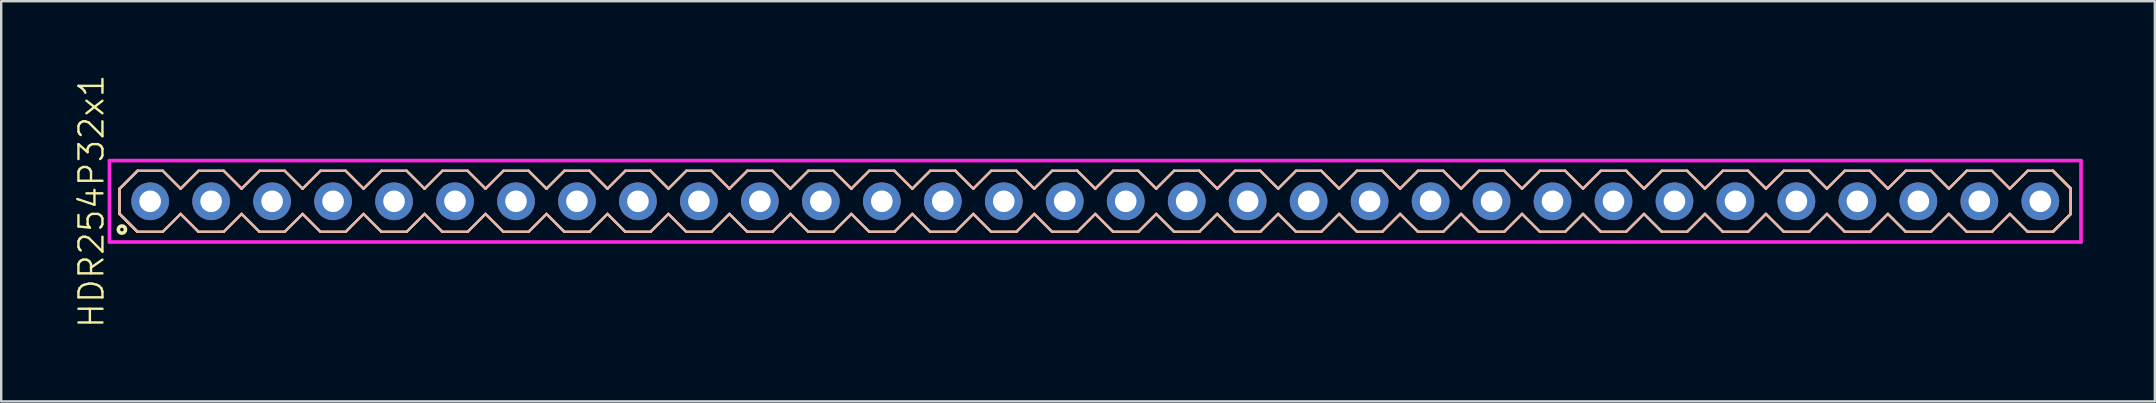
<source format=kicad_pcb>
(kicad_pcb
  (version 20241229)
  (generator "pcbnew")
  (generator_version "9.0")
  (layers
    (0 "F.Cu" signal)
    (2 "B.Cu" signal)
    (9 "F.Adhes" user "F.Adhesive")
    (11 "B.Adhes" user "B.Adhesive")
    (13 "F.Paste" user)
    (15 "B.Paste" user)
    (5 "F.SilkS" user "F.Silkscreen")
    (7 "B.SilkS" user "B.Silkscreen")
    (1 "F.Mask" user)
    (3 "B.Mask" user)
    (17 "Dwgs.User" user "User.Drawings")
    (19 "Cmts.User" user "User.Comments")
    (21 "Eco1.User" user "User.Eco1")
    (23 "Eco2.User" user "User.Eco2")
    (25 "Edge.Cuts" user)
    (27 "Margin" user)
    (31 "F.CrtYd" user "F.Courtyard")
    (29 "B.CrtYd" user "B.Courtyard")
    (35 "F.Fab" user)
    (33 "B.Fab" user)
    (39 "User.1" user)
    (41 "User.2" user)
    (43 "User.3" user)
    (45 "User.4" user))
  (footprint "HDR254P32x1"
    (layer "F.Cu")
    (at 42.575 5.336)
    (property "Reference" "HDR254P32x1" (at -41.815 0 90) (layer "F.SilkS") (effects (font (size 1 1) (thickness 0.1))))
    (attr through_hole)
    (fp_line (start -40.64 -0.526) (end -39.896 -1.27) (stroke (width 0.1) (type solid)) (layer "F.SilkS"))
    (fp_line (start -40.64 -0.526) (end -39.896 -1.27) (stroke (width 0.1) (type solid)) (layer "F.SilkS"))
    (fp_line (start -40.64 0.526) (end -40.64 -0.526) (stroke (width 0.1) (type solid)) (layer "F.SilkS"))
    (fp_line (start -40.64 0.526) (end -40.64 -0.526) (stroke (width 0.1) (type solid)) (layer "F.SilkS"))
    (fp_line (start -39.896 -1.27) (end -38.844 -1.27) (stroke (width 0.1) (type solid)) (layer "F.SilkS"))
    (fp_line (start -39.896 1.27) (end -40.64 0.526) (stroke (width 0.1) (type solid)) (layer "F.SilkS"))
    (fp_line (start -39.896 1.27) (end -40.64 0.526) (stroke (width 0.1) (type solid)) (layer "F.SilkS"))
    (fp_line (start -38.844 -1.27) (end -38.1 -0.526) (stroke (width 0.1) (type solid)) (layer "F.SilkS"))
    (fp_line (start -38.844 1.27) (end -39.896 1.27) (stroke (width 0.1) (type solid)) (layer "F.SilkS"))
    (fp_line (start -38.1 -0.526) (end -37.356 -1.27) (stroke (width 0.1) (type solid)) (layer "F.SilkS"))
    (fp_line (start -38.1 0.526) (end -38.844 1.27) (stroke (width 0.1) (type solid)) (layer "F.SilkS"))
    (fp_line (start -37.356 -1.27) (end -36.304 -1.27) (stroke (width 0.1) (type solid)) (layer "F.SilkS"))
    (fp_line (start -37.356 1.27) (end -38.1 0.526) (stroke (width 0.1) (type solid)) (layer "F.SilkS"))
    (fp_line (start -36.304 -1.27) (end -35.56 -0.526) (stroke (width 0.1) (type solid)) (layer "F.SilkS"))
    (fp_line (start -36.304 1.27) (end -37.356 1.27) (stroke (width 0.1) (type solid)) (layer "F.SilkS"))
    (fp_line (start -35.56 -0.526) (end -34.816 -1.27) (stroke (width 0.1) (type solid)) (layer "F.SilkS"))
    (fp_line (start -35.56 0.526) (end -36.304 1.27) (stroke (width 0.1) (type solid)) (layer "F.SilkS"))
    (fp_line (start -34.816 -1.27) (end -33.764 -1.27) (stroke (width 0.1) (type solid)) (layer "F.SilkS"))
    (fp_line (start -34.816 1.27) (end -35.56 0.526) (stroke (width 0.1) (type solid)) (layer "F.SilkS"))
    (fp_line (start -33.764 -1.27) (end -33.02 -0.526) (stroke (width 0.1) (type solid)) (layer "F.SilkS"))
    (fp_line (start -33.764 1.27) (end -34.816 1.27) (stroke (width 0.1) (type solid)) (layer "F.SilkS"))
    (fp_line (start -33.02 -0.526) (end -32.276 -1.27) (stroke (width 0.1) (type solid)) (layer "F.SilkS"))
    (fp_line (start -33.02 0.526) (end -33.764 1.27) (stroke (width 0.1) (type solid)) (layer "F.SilkS"))
    (fp_line (start -32.276 -1.27) (end -31.224 -1.27) (stroke (width 0.1) (type solid)) (layer "F.SilkS"))
    (fp_line (start -32.276 1.27) (end -33.02 0.526) (stroke (width 0.1) (type solid)) (layer "F.SilkS"))
    (fp_line (start -31.224 -1.27) (end -30.48 -0.526) (stroke (width 0.1) (type solid)) (layer "F.SilkS"))
    (fp_line (start -31.224 1.27) (end -32.276 1.27) (stroke (width 0.1) (type solid)) (layer "F.SilkS"))
    (fp_line (start -30.48 -0.526) (end -29.736 -1.27) (stroke (width 0.1) (type solid)) (layer "F.SilkS"))
    (fp_line (start -30.48 0.526) (end -31.224 1.27) (stroke (width 0.1) (type solid)) (layer "F.SilkS"))
    (fp_line (start -29.736 -1.27) (end -28.684 -1.27) (stroke (width 0.1) (type solid)) (layer "F.SilkS"))
    (fp_line (start -29.736 1.27) (end -30.48 0.526) (stroke (width 0.1) (type solid)) (layer "F.SilkS"))
    (fp_line (start -28.684 -1.27) (end -27.94 -0.526) (stroke (width 0.1) (type solid)) (layer "F.SilkS"))
    (fp_line (start -28.684 1.27) (end -29.736 1.27) (stroke (width 0.1) (type solid)) (layer "F.SilkS"))
    (fp_line (start -27.94 -0.526) (end -27.196 -1.27) (stroke (width 0.1) (type solid)) (layer "F.SilkS"))
    (fp_line (start -27.94 0.526) (end -28.684 1.27) (stroke (width 0.1) (type solid)) (layer "F.SilkS"))
    (fp_line (start -27.196 -1.27) (end -26.144 -1.27) (stroke (width 0.1) (type solid)) (layer "F.SilkS"))
    (fp_line (start -27.196 1.27) (end -27.94 0.526) (stroke (width 0.1) (type solid)) (layer "F.SilkS"))
    (fp_line (start -26.144 -1.27) (end -25.4 -0.526) (stroke (width 0.1) (type solid)) (layer "F.SilkS"))
    (fp_line (start -26.144 1.27) (end -27.196 1.27) (stroke (width 0.1) (type solid)) (layer "F.SilkS"))
    (fp_line (start -25.4 -0.526) (end -24.656 -1.27) (stroke (width 0.1) (type solid)) (layer "F.SilkS"))
    (fp_line (start -25.4 0.526) (end -26.144 1.27) (stroke (width 0.1) (type solid)) (layer "F.SilkS"))
    (fp_line (start -24.656 -1.27) (end -23.604 -1.27) (stroke (width 0.1) (type solid)) (layer "F.SilkS"))
    (fp_line (start -24.656 1.27) (end -25.4 0.526) (stroke (width 0.1) (type solid)) (layer "F.SilkS"))
    (fp_line (start -23.604 -1.27) (end -22.86 -0.526) (stroke (width 0.1) (type solid)) (layer "F.SilkS"))
    (fp_line (start -23.604 1.27) (end -24.656 1.27) (stroke (width 0.1) (type solid)) (layer "F.SilkS"))
    (fp_line (start -22.86 -0.526) (end -22.116 -1.27) (stroke (width 0.1) (type solid)) (layer "F.SilkS"))
    (fp_line (start -22.86 0.526) (end -23.604 1.27) (stroke (width 0.1) (type solid)) (layer "F.SilkS"))
    (fp_line (start -22.116 -1.27) (end -21.064 -1.27) (stroke (width 0.1) (type solid)) (layer "F.SilkS"))
    (fp_line (start -22.116 1.27) (end -22.86 0.526) (stroke (width 0.1) (type solid)) (layer "F.SilkS"))
    (fp_line (start -21.064 -1.27) (end -20.32 -0.526) (stroke (width 0.1) (type solid)) (layer "F.SilkS"))
    (fp_line (start -21.064 1.27) (end -22.116 1.27) (stroke (width 0.1) (type solid)) (layer "F.SilkS"))
    (fp_line (start -20.32 -0.526) (end -19.576 -1.27) (stroke (width 0.1) (type solid)) (layer "F.SilkS"))
    (fp_line (start -20.32 0.526) (end -21.064 1.27) (stroke (width 0.1) (type solid)) (layer "F.SilkS"))
    (fp_line (start -19.576 -1.27) (end -18.524 -1.27) (stroke (width 0.1) (type solid)) (layer "F.SilkS"))
    (fp_line (start -19.576 1.27) (end -20.32 0.526) (stroke (width 0.1) (type solid)) (layer "F.SilkS"))
    (fp_line (start -18.524 -1.27) (end -17.78 -0.526) (stroke (width 0.1) (type solid)) (layer "F.SilkS"))
    (fp_line (start -18.524 1.27) (end -19.576 1.27) (stroke (width 0.1) (type solid)) (layer "F.SilkS"))
    (fp_line (start -17.78 -0.526) (end -17.036 -1.27) (stroke (width 0.1) (type solid)) (layer "F.SilkS"))
    (fp_line (start -17.78 0.526) (end -18.524 1.27) (stroke (width 0.1) (type solid)) (layer "F.SilkS"))
    (fp_line (start -17.036 -1.27) (end -15.984 -1.27) (stroke (width 0.1) (type solid)) (layer "F.SilkS"))
    (fp_line (start -17.036 1.27) (end -17.78 0.526) (stroke (width 0.1) (type solid)) (layer "F.SilkS"))
    (fp_line (start -15.984 -1.27) (end -15.24 -0.526) (stroke (width 0.1) (type solid)) (layer "F.SilkS"))
    (fp_line (start -15.984 1.27) (end -17.036 1.27) (stroke (width 0.1) (type solid)) (layer "F.SilkS"))
    (fp_line (start -15.24 -0.526) (end -14.496 -1.27) (stroke (width 0.1) (type solid)) (layer "F.SilkS"))
    (fp_line (start -15.24 0.526) (end -15.984 1.27) (stroke (width 0.1) (type solid)) (layer "F.SilkS"))
    (fp_line (start -14.496 -1.27) (end -13.444 -1.27) (stroke (width 0.1) (type solid)) (layer "F.SilkS"))
    (fp_line (start -14.496 1.27) (end -15.24 0.526) (stroke (width 0.1) (type solid)) (layer "F.SilkS"))
    (fp_line (start -13.444 -1.27) (end -12.7 -0.526) (stroke (width 0.1) (type solid)) (layer "F.SilkS"))
    (fp_line (start -13.444 1.27) (end -14.496 1.27) (stroke (width 0.1) (type solid)) (layer "F.SilkS"))
    (fp_line (start -12.7 -0.526) (end -11.956 -1.27) (stroke (width 0.1) (type solid)) (layer "F.SilkS"))
    (fp_line (start -12.7 0.526) (end -13.444 1.27) (stroke (width 0.1) (type solid)) (layer "F.SilkS"))
    (fp_line (start -11.956 -1.27) (end -10.904 -1.27) (stroke (width 0.1) (type solid)) (layer "F.SilkS"))
    (fp_line (start -11.956 1.27) (end -12.7 0.526) (stroke (width 0.1) (type solid)) (layer "F.SilkS"))
    (fp_line (start -10.904 -1.27) (end -10.16 -0.526) (stroke (width 0.1) (type solid)) (layer "F.SilkS"))
    (fp_line (start -10.904 1.27) (end -11.956 1.27) (stroke (width 0.1) (type solid)) (layer "F.SilkS"))
    (fp_line (start -10.16 -0.526) (end -9.416 -1.27) (stroke (width 0.1) (type solid)) (layer "F.SilkS"))
    (fp_line (start -10.16 0.526) (end -10.904 1.27) (stroke (width 0.1) (type solid)) (layer "F.SilkS"))
    (fp_line (start -9.416 -1.27) (end -8.364 -1.27) (stroke (width 0.1) (type solid)) (layer "F.SilkS"))
    (fp_line (start -9.416 1.27) (end -10.16 0.526) (stroke (width 0.1) (type solid)) (layer "F.SilkS"))
    (fp_line (start -8.364 -1.27) (end -7.62 -0.526) (stroke (width 0.1) (type solid)) (layer "F.SilkS"))
    (fp_line (start -8.364 1.27) (end -9.416 1.27) (stroke (width 0.1) (type solid)) (layer "F.SilkS"))
    (fp_line (start -7.62 -0.526) (end -6.876 -1.27) (stroke (width 0.1) (type solid)) (layer "F.SilkS"))
    (fp_line (start -7.62 0.526) (end -8.364 1.27) (stroke (width 0.1) (type solid)) (layer "F.SilkS"))
    (fp_line (start -6.876 -1.27) (end -5.824 -1.27) (stroke (width 0.1) (type solid)) (layer "F.SilkS"))
    (fp_line (start -6.876 1.27) (end -7.62 0.526) (stroke (width 0.1) (type solid)) (layer "F.SilkS"))
    (fp_line (start -5.824 -1.27) (end -5.08 -0.526) (stroke (width 0.1) (type solid)) (layer "F.SilkS"))
    (fp_line (start -5.824 1.27) (end -6.876 1.27) (stroke (width 0.1) (type solid)) (layer "F.SilkS"))
    (fp_line (start -5.08 -0.526) (end -4.336 -1.27) (stroke (width 0.1) (type solid)) (layer "F.SilkS"))
    (fp_line (start -5.08 0.526) (end -5.824 1.27) (stroke (width 0.1) (type solid)) (layer "F.SilkS"))
    (fp_line (start -4.336 -1.27) (end -3.284 -1.27) (stroke (width 0.1) (type solid)) (layer "F.SilkS"))
    (fp_line (start -4.336 1.27) (end -5.08 0.526) (stroke (width 0.1) (type solid)) (layer "F.SilkS"))
    (fp_line (start -3.284 -1.27) (end -2.54 -0.526) (stroke (width 0.1) (type solid)) (layer "F.SilkS"))
    (fp_line (start -3.284 1.27) (end -4.336 1.27) (stroke (width 0.1) (type solid)) (layer "F.SilkS"))
    (fp_line (start -2.54 -0.526) (end -1.796 -1.27) (stroke (width 0.1) (type solid)) (layer "F.SilkS"))
    (fp_line (start -2.54 0.526) (end -3.284 1.27) (stroke (width 0.1) (type solid)) (layer "F.SilkS"))
    (fp_line (start -1.796 -1.27) (end -0.744 -1.27) (stroke (width 0.1) (type solid)) (layer "F.SilkS"))
    (fp_line (start -1.796 1.27) (end -2.54 0.526) (stroke (width 0.1) (type solid)) (layer "F.SilkS"))
    (fp_line (start -0.744 -1.27) (end 0 -0.526) (stroke (width 0.1) (type solid)) (layer "F.SilkS"))
    (fp_line (start -0.744 1.27) (end -1.796 1.27) (stroke (width 0.1) (type solid)) (layer "F.SilkS"))
    (fp_line (start 0 -0.526) (end 0.744 -1.27) (stroke (width 0.1) (type solid)) (layer "F.SilkS"))
    (fp_line (start 0 0.526) (end -0.744 1.27) (stroke (width 0.1) (type solid)) (layer "F.SilkS"))
    (fp_line (start 0.744 -1.27) (end 1.796 -1.27) (stroke (width 0.1) (type solid)) (layer "F.SilkS"))
    (fp_line (start 0.744 1.27) (end 0 0.526) (stroke (width 0.1) (type solid)) (layer "F.SilkS"))
    (fp_line (start 1.796 -1.27) (end 2.54 -0.526) (stroke (width 0.1) (type solid)) (layer "F.SilkS"))
    (fp_line (start 1.796 1.27) (end 0.744 1.27) (stroke (width 0.1) (type solid)) (layer "F.SilkS"))
    (fp_line (start 2.54 -0.526) (end 3.284 -1.27) (stroke (width 0.1) (type solid)) (layer "F.SilkS"))
    (fp_line (start 2.54 0.526) (end 1.796 1.27) (stroke (width 0.1) (type solid)) (layer "F.SilkS"))
    (fp_line (start 3.284 -1.27) (end 4.336 -1.27) (stroke (width 0.1) (type solid)) (layer "F.SilkS"))
    (fp_line (start 3.284 1.27) (end 2.54 0.526) (stroke (width 0.1) (type solid)) (layer "F.SilkS"))
    (fp_line (start 4.336 -1.27) (end 5.08 -0.526) (stroke (width 0.1) (type solid)) (layer "F.SilkS"))
    (fp_line (start 4.336 1.27) (end 3.284 1.27) (stroke (width 0.1) (type solid)) (layer "F.SilkS"))
    (fp_line (start 5.08 -0.526) (end 5.824 -1.27) (stroke (width 0.1) (type solid)) (layer "F.SilkS"))
    (fp_line (start 5.08 0.526) (end 4.336 1.27) (stroke (width 0.1) (type solid)) (layer "F.SilkS"))
    (fp_line (start 5.824 -1.27) (end 6.876 -1.27) (stroke (width 0.1) (type solid)) (layer "F.SilkS"))
    (fp_line (start 5.824 1.27) (end 5.08 0.526) (stroke (width 0.1) (type solid)) (layer "F.SilkS"))
    (fp_line (start 6.876 -1.27) (end 7.62 -0.526) (stroke (width 0.1) (type solid)) (layer "F.SilkS"))
    (fp_line (start 6.876 1.27) (end 5.824 1.27) (stroke (width 0.1) (type solid)) (layer "F.SilkS"))
    (fp_line (start 7.62 -0.526) (end 8.364 -1.27) (stroke (width 0.1) (type solid)) (layer "F.SilkS"))
    (fp_line (start 7.62 0.526) (end 6.876 1.27) (stroke (width 0.1) (type solid)) (layer "F.SilkS"))
    (fp_line (start 8.364 -1.27) (end 9.416 -1.27) (stroke (width 0.1) (type solid)) (layer "F.SilkS"))
    (fp_line (start 8.364 1.27) (end 7.62 0.526) (stroke (width 0.1) (type solid)) (layer "F.SilkS"))
    (fp_line (start 9.416 -1.27) (end 10.16 -0.526) (stroke (width 0.1) (type solid)) (layer "F.SilkS"))
    (fp_line (start 9.416 1.27) (end 8.364 1.27) (stroke (width 0.1) (type solid)) (layer "F.SilkS"))
    (fp_line (start 10.16 -0.526) (end 10.904 -1.27) (stroke (width 0.1) (type solid)) (layer "F.SilkS"))
    (fp_line (start 10.16 0.526) (end 9.416 1.27) (stroke (width 0.1) (type solid)) (layer "F.SilkS"))
    (fp_line (start 10.904 -1.27) (end 11.956 -1.27) (stroke (width 0.1) (type solid)) (layer "F.SilkS"))
    (fp_line (start 10.904 1.27) (end 10.16 0.526) (stroke (width 0.1) (type solid)) (layer "F.SilkS"))
    (fp_line (start 11.956 -1.27) (end 12.7 -0.526) (stroke (width 0.1) (type solid)) (layer "F.SilkS"))
    (fp_line (start 11.956 1.27) (end 10.904 1.27) (stroke (width 0.1) (type solid)) (layer "F.SilkS"))
    (fp_line (start 12.7 -0.526) (end 13.444 -1.27) (stroke (width 0.1) (type solid)) (layer "F.SilkS"))
    (fp_line (start 12.7 0.526) (end 11.956 1.27) (stroke (width 0.1) (type solid)) (layer "F.SilkS"))
    (fp_line (start 13.444 -1.27) (end 14.496 -1.27) (stroke (width 0.1) (type solid)) (layer "F.SilkS"))
    (fp_line (start 13.444 1.27) (end 12.7 0.526) (stroke (width 0.1) (type solid)) (layer "F.SilkS"))
    (fp_line (start 14.496 -1.27) (end 15.24 -0.526) (stroke (width 0.1) (type solid)) (layer "F.SilkS"))
    (fp_line (start 14.496 1.27) (end 13.444 1.27) (stroke (width 0.1) (type solid)) (layer "F.SilkS"))
    (fp_line (start 15.24 -0.526) (end 15.984 -1.27) (stroke (width 0.1) (type solid)) (layer "F.SilkS"))
    (fp_line (start 15.24 0.526) (end 14.496 1.27) (stroke (width 0.1) (type solid)) (layer "F.SilkS"))
    (fp_line (start 15.984 -1.27) (end 17.036 -1.27) (stroke (width 0.1) (type solid)) (layer "F.SilkS"))
    (fp_line (start 15.984 1.27) (end 15.24 0.526) (stroke (width 0.1) (type solid)) (layer "F.SilkS"))
    (fp_line (start 17.036 -1.27) (end 17.78 -0.526) (stroke (width 0.1) (type solid)) (layer "F.SilkS"))
    (fp_line (start 17.036 1.27) (end 15.984 1.27) (stroke (width 0.1) (type solid)) (layer "F.SilkS"))
    (fp_line (start 17.78 -0.526) (end 18.524 -1.27) (stroke (width 0.1) (type solid)) (layer "F.SilkS"))
    (fp_line (start 17.78 0.526) (end 17.036 1.27) (stroke (width 0.1) (type solid)) (layer "F.SilkS"))
    (fp_line (start 18.524 -1.27) (end 19.576 -1.27) (stroke (width 0.1) (type solid)) (layer "F.SilkS"))
    (fp_line (start 18.524 1.27) (end 17.78 0.526) (stroke (width 0.1) (type solid)) (layer "F.SilkS"))
    (fp_line (start 19.576 -1.27) (end 20.32 -0.526) (stroke (width 0.1) (type solid)) (layer "F.SilkS"))
    (fp_line (start 19.576 1.27) (end 18.524 1.27) (stroke (width 0.1) (type solid)) (layer "F.SilkS"))
    (fp_line (start 20.32 -0.526) (end 21.064 -1.27) (stroke (width 0.1) (type solid)) (layer "F.SilkS"))
    (fp_line (start 20.32 0.526) (end 19.576 1.27) (stroke (width 0.1) (type solid)) (layer "F.SilkS"))
    (fp_line (start 21.064 -1.27) (end 22.116 -1.27) (stroke (width 0.1) (type solid)) (layer "F.SilkS"))
    (fp_line (start 21.064 1.27) (end 20.32 0.526) (stroke (width 0.1) (type solid)) (layer "F.SilkS"))
    (fp_line (start 22.116 -1.27) (end 22.86 -0.526) (stroke (width 0.1) (type solid)) (layer "F.SilkS"))
    (fp_line (start 22.116 1.27) (end 21.064 1.27) (stroke (width 0.1) (type solid)) (layer "F.SilkS"))
    (fp_line (start 22.86 -0.526) (end 23.604 -1.27) (stroke (width 0.1) (type solid)) (layer "F.SilkS"))
    (fp_line (start 22.86 0.526) (end 22.116 1.27) (stroke (width 0.1) (type solid)) (layer "F.SilkS"))
    (fp_line (start 23.604 -1.27) (end 24.656 -1.27) (stroke (width 0.1) (type solid)) (layer "F.SilkS"))
    (fp_line (start 23.604 1.27) (end 22.86 0.526) (stroke (width 0.1) (type solid)) (layer "F.SilkS"))
    (fp_line (start 24.656 -1.27) (end 25.4 -0.526) (stroke (width 0.1) (type solid)) (layer "F.SilkS"))
    (fp_line (start 24.656 1.27) (end 23.604 1.27) (stroke (width 0.1) (type solid)) (layer "F.SilkS"))
    (fp_line (start 25.4 -0.526) (end 26.144 -1.27) (stroke (width 0.1) (type solid)) (layer "F.SilkS"))
    (fp_line (start 25.4 0.526) (end 24.656 1.27) (stroke (width 0.1) (type solid)) (layer "F.SilkS"))
    (fp_line (start 26.144 -1.27) (end 27.196 -1.27) (stroke (width 0.1) (type solid)) (layer "F.SilkS"))
    (fp_line (start 26.144 1.27) (end 25.4 0.526) (stroke (width 0.1) (type solid)) (layer "F.SilkS"))
    (fp_line (start 27.196 -1.27) (end 27.94 -0.526) (stroke (width 0.1) (type solid)) (layer "F.SilkS"))
    (fp_line (start 27.196 1.27) (end 26.144 1.27) (stroke (width 0.1) (type solid)) (layer "F.SilkS"))
    (fp_line (start 27.94 -0.526) (end 28.684 -1.27) (stroke (width 0.1) (type solid)) (layer "F.SilkS"))
    (fp_line (start 27.94 0.526) (end 27.196 1.27) (stroke (width 0.1) (type solid)) (layer "F.SilkS"))
    (fp_line (start 28.684 -1.27) (end 29.736 -1.27) (stroke (width 0.1) (type solid)) (layer "F.SilkS"))
    (fp_line (start 28.684 1.27) (end 27.94 0.526) (stroke (width 0.1) (type solid)) (layer "F.SilkS"))
    (fp_line (start 29.736 -1.27) (end 30.48 -0.526) (stroke (width 0.1) (type solid)) (layer "F.SilkS"))
    (fp_line (start 29.736 1.27) (end 28.684 1.27) (stroke (width 0.1) (type solid)) (layer "F.SilkS"))
    (fp_line (start 30.48 -0.526) (end 31.224 -1.27) (stroke (width 0.1) (type solid)) (layer "F.SilkS"))
    (fp_line (start 30.48 0.526) (end 29.736 1.27) (stroke (width 0.1) (type solid)) (layer "F.SilkS"))
    (fp_line (start 31.224 -1.27) (end 32.276 -1.27) (stroke (width 0.1) (type solid)) (layer "F.SilkS"))
    (fp_line (start 31.224 1.27) (end 30.48 0.526) (stroke (width 0.1) (type solid)) (layer "F.SilkS"))
    (fp_line (start 32.276 -1.27) (end 33.02 -0.526) (stroke (width 0.1) (type solid)) (layer "F.SilkS"))
    (fp_line (start 32.276 1.27) (end 31.224 1.27) (stroke (width 0.1) (type solid)) (layer "F.SilkS"))
    (fp_line (start 33.02 -0.526) (end 33.764 -1.27) (stroke (width 0.1) (type solid)) (layer "F.SilkS"))
    (fp_line (start 33.02 0.526) (end 32.276 1.27) (stroke (width 0.1) (type solid)) (layer "F.SilkS"))
    (fp_line (start 33.764 -1.27) (end 34.816 -1.27) (stroke (width 0.1) (type solid)) (layer "F.SilkS"))
    (fp_line (start 33.764 1.27) (end 33.02 0.526) (stroke (width 0.1) (type solid)) (layer "F.SilkS"))
    (fp_line (start 34.816 -1.27) (end 35.56 -0.526) (stroke (width 0.1) (type solid)) (layer "F.SilkS"))
    (fp_line (start 34.816 1.27) (end 33.764 1.27) (stroke (width 0.1) (type solid)) (layer "F.SilkS"))
    (fp_line (start 35.56 -0.526) (end 36.304 -1.27) (stroke (width 0.1) (type solid)) (layer "F.SilkS"))
    (fp_line (start 35.56 0.526) (end 34.816 1.27) (stroke (width 0.1) (type solid)) (layer "F.SilkS"))
    (fp_line (start 36.304 -1.27) (end 37.356 -1.27) (stroke (width 0.1) (type solid)) (layer "F.SilkS"))
    (fp_line (start 36.304 1.27) (end 35.56 0.526) (stroke (width 0.1) (type solid)) (layer "F.SilkS"))
    (fp_line (start 37.356 -1.27) (end 38.1 -0.526) (stroke (width 0.1) (type solid)) (layer "F.SilkS"))
    (fp_line (start 37.356 1.27) (end 36.304 1.27) (stroke (width 0.1) (type solid)) (layer "F.SilkS"))
    (fp_line (start 38.1 -0.526) (end 38.844 -1.27) (stroke (width 0.1) (type solid)) (layer "F.SilkS"))
    (fp_line (start 38.1 0.526) (end 37.356 1.27) (stroke (width 0.1) (type solid)) (layer "F.SilkS"))
    (fp_line (start 38.844 -1.27) (end 39.896 -1.27) (stroke (width 0.1) (type solid)) (layer "F.SilkS"))
    (fp_line (start 38.844 1.27) (end 38.1 0.526) (stroke (width 0.1) (type solid)) (layer "F.SilkS"))
    (fp_line (start 39.896 -1.27) (end 40.64 -0.526) (stroke (width 0.1) (type solid)) (layer "F.SilkS"))
    (fp_line (start 39.896 -1.27) (end 40.64 -0.526) (stroke (width 0.1) (type solid)) (layer "F.SilkS"))
    (fp_line (start 39.896 1.27) (end 38.844 1.27) (stroke (width 0.1) (type solid)) (layer "F.SilkS"))
    (fp_line (start 40.64 -0.526) (end 40.64 0.526) (stroke (width 0.1) (type solid)) (layer "F.SilkS"))
    (fp_line (start 40.64 -0.526) (end 40.64 0.526) (stroke (width 0.1) (type solid)) (layer "F.SilkS"))
    (fp_line (start 40.64 0.526) (end 39.896 1.27) (stroke (width 0.1) (type solid)) (layer "F.SilkS"))
    (fp_line (start 40.64 0.526) (end 39.896 1.27) (stroke (width 0.1) (type solid)) (layer "F.SilkS"))
    (fp_circle (center -40.547 1.177) (end -40.397 1.177) (stroke (width 0.15) (type solid)) (fill no) (layer "F.SilkS"))
    (fp_line (start -40.64 -0.526) (end -39.896 -1.27) (stroke (width 0.1) (type solid)) (layer "B.SilkS"))
    (fp_line (start -40.64 -0.526) (end -39.896 -1.27) (stroke (width 0.1) (type solid)) (layer "B.SilkS"))
    (fp_line (start -40.64 0.526) (end -40.64 -0.526) (stroke (width 0.1) (type solid)) (layer "B.SilkS"))
    (fp_line (start -40.64 0.526) (end -40.64 -0.526) (stroke (width 0.1) (type solid)) (layer "B.SilkS"))
    (fp_line (start -39.896 -1.27) (end -38.844 -1.27) (stroke (width 0.1) (type solid)) (layer "B.SilkS"))
    (fp_line (start -39.896 1.27) (end -40.64 0.526) (stroke (width 0.1) (type solid)) (layer "B.SilkS"))
    (fp_line (start -39.896 1.27) (end -40.64 0.526) (stroke (width 0.1) (type solid)) (layer "B.SilkS"))
    (fp_line (start -38.844 -1.27) (end -38.1 -0.526) (stroke (width 0.1) (type solid)) (layer "B.SilkS"))
    (fp_line (start -38.844 1.27) (end -39.896 1.27) (stroke (width 0.1) (type solid)) (layer "B.SilkS"))
    (fp_line (start -38.1 -0.526) (end -37.356 -1.27) (stroke (width 0.1) (type solid)) (layer "B.SilkS"))
    (fp_line (start -38.1 0.526) (end -38.844 1.27) (stroke (width 0.1) (type solid)) (layer "B.SilkS"))
    (fp_line (start -37.356 -1.27) (end -36.304 -1.27) (stroke (width 0.1) (type solid)) (layer "B.SilkS"))
    (fp_line (start -37.356 1.27) (end -38.1 0.526) (stroke (width 0.1) (type solid)) (layer "B.SilkS"))
    (fp_line (start -36.304 -1.27) (end -35.56 -0.526) (stroke (width 0.1) (type solid)) (layer "B.SilkS"))
    (fp_line (start -36.304 1.27) (end -37.356 1.27) (stroke (width 0.1) (type solid)) (layer "B.SilkS"))
    (fp_line (start -35.56 -0.526) (end -34.816 -1.27) (stroke (width 0.1) (type solid)) (layer "B.SilkS"))
    (fp_line (start -35.56 0.526) (end -36.304 1.27) (stroke (width 0.1) (type solid)) (layer "B.SilkS"))
    (fp_line (start -34.816 -1.27) (end -33.764 -1.27) (stroke (width 0.1) (type solid)) (layer "B.SilkS"))
    (fp_line (start -34.816 1.27) (end -35.56 0.526) (stroke (width 0.1) (type solid)) (layer "B.SilkS"))
    (fp_line (start -33.764 -1.27) (end -33.02 -0.526) (stroke (width 0.1) (type solid)) (layer "B.SilkS"))
    (fp_line (start -33.764 1.27) (end -34.816 1.27) (stroke (width 0.1) (type solid)) (layer "B.SilkS"))
    (fp_line (start -33.02 -0.526) (end -32.276 -1.27) (stroke (width 0.1) (type solid)) (layer "B.SilkS"))
    (fp_line (start -33.02 0.526) (end -33.764 1.27) (stroke (width 0.1) (type solid)) (layer "B.SilkS"))
    (fp_line (start -32.276 -1.27) (end -31.224 -1.27) (stroke (width 0.1) (type solid)) (layer "B.SilkS"))
    (fp_line (start -32.276 1.27) (end -33.02 0.526) (stroke (width 0.1) (type solid)) (layer "B.SilkS"))
    (fp_line (start -31.224 -1.27) (end -30.48 -0.526) (stroke (width 0.1) (type solid)) (layer "B.SilkS"))
    (fp_line (start -31.224 1.27) (end -32.276 1.27) (stroke (width 0.1) (type solid)) (layer "B.SilkS"))
    (fp_line (start -30.48 -0.526) (end -29.736 -1.27) (stroke (width 0.1) (type solid)) (layer "B.SilkS"))
    (fp_line (start -30.48 0.526) (end -31.224 1.27) (stroke (width 0.1) (type solid)) (layer "B.SilkS"))
    (fp_line (start -29.736 -1.27) (end -28.684 -1.27) (stroke (width 0.1) (type solid)) (layer "B.SilkS"))
    (fp_line (start -29.736 1.27) (end -30.48 0.526) (stroke (width 0.1) (type solid)) (layer "B.SilkS"))
    (fp_line (start -28.684 -1.27) (end -27.94 -0.526) (stroke (width 0.1) (type solid)) (layer "B.SilkS"))
    (fp_line (start -28.684 1.27) (end -29.736 1.27) (stroke (width 0.1) (type solid)) (layer "B.SilkS"))
    (fp_line (start -27.94 -0.526) (end -27.196 -1.27) (stroke (width 0.1) (type solid)) (layer "B.SilkS"))
    (fp_line (start -27.94 0.526) (end -28.684 1.27) (stroke (width 0.1) (type solid)) (layer "B.SilkS"))
    (fp_line (start -27.196 -1.27) (end -26.144 -1.27) (stroke (width 0.1) (type solid)) (layer "B.SilkS"))
    (fp_line (start -27.196 1.27) (end -27.94 0.526) (stroke (width 0.1) (type solid)) (layer "B.SilkS"))
    (fp_line (start -26.144 -1.27) (end -25.4 -0.526) (stroke (width 0.1) (type solid)) (layer "B.SilkS"))
    (fp_line (start -26.144 1.27) (end -27.196 1.27) (stroke (width 0.1) (type solid)) (layer "B.SilkS"))
    (fp_line (start -25.4 -0.526) (end -24.656 -1.27) (stroke (width 0.1) (type solid)) (layer "B.SilkS"))
    (fp_line (start -25.4 0.526) (end -26.144 1.27) (stroke (width 0.1) (type solid)) (layer "B.SilkS"))
    (fp_line (start -24.656 -1.27) (end -23.604 -1.27) (stroke (width 0.1) (type solid)) (layer "B.SilkS"))
    (fp_line (start -24.656 1.27) (end -25.4 0.526) (stroke (width 0.1) (type solid)) (layer "B.SilkS"))
    (fp_line (start -23.604 -1.27) (end -22.86 -0.526) (stroke (width 0.1) (type solid)) (layer "B.SilkS"))
    (fp_line (start -23.604 1.27) (end -24.656 1.27) (stroke (width 0.1) (type solid)) (layer "B.SilkS"))
    (fp_line (start -22.86 -0.526) (end -22.116 -1.27) (stroke (width 0.1) (type solid)) (layer "B.SilkS"))
    (fp_line (start -22.86 0.526) (end -23.604 1.27) (stroke (width 0.1) (type solid)) (layer "B.SilkS"))
    (fp_line (start -22.116 -1.27) (end -21.064 -1.27) (stroke (width 0.1) (type solid)) (layer "B.SilkS"))
    (fp_line (start -22.116 1.27) (end -22.86 0.526) (stroke (width 0.1) (type solid)) (layer "B.SilkS"))
    (fp_line (start -21.064 -1.27) (end -20.32 -0.526) (stroke (width 0.1) (type solid)) (layer "B.SilkS"))
    (fp_line (start -21.064 1.27) (end -22.116 1.27) (stroke (width 0.1) (type solid)) (layer "B.SilkS"))
    (fp_line (start -20.32 -0.526) (end -19.576 -1.27) (stroke (width 0.1) (type solid)) (layer "B.SilkS"))
    (fp_line (start -20.32 0.526) (end -21.064 1.27) (stroke (width 0.1) (type solid)) (layer "B.SilkS"))
    (fp_line (start -19.576 -1.27) (end -18.524 -1.27) (stroke (width 0.1) (type solid)) (layer "B.SilkS"))
    (fp_line (start -19.576 1.27) (end -20.32 0.526) (stroke (width 0.1) (type solid)) (layer "B.SilkS"))
    (fp_line (start -18.524 -1.27) (end -17.78 -0.526) (stroke (width 0.1) (type solid)) (layer "B.SilkS"))
    (fp_line (start -18.524 1.27) (end -19.576 1.27) (stroke (width 0.1) (type solid)) (layer "B.SilkS"))
    (fp_line (start -17.78 -0.526) (end -17.036 -1.27) (stroke (width 0.1) (type solid)) (layer "B.SilkS"))
    (fp_line (start -17.78 0.526) (end -18.524 1.27) (stroke (width 0.1) (type solid)) (layer "B.SilkS"))
    (fp_line (start -17.036 -1.27) (end -15.984 -1.27) (stroke (width 0.1) (type solid)) (layer "B.SilkS"))
    (fp_line (start -17.036 1.27) (end -17.78 0.526) (stroke (width 0.1) (type solid)) (layer "B.SilkS"))
    (fp_line (start -15.984 -1.27) (end -15.24 -0.526) (stroke (width 0.1) (type solid)) (layer "B.SilkS"))
    (fp_line (start -15.984 1.27) (end -17.036 1.27) (stroke (width 0.1) (type solid)) (layer "B.SilkS"))
    (fp_line (start -15.24 -0.526) (end -14.496 -1.27) (stroke (width 0.1) (type solid)) (layer "B.SilkS"))
    (fp_line (start -15.24 0.526) (end -15.984 1.27) (stroke (width 0.1) (type solid)) (layer "B.SilkS"))
    (fp_line (start -14.496 -1.27) (end -13.444 -1.27) (stroke (width 0.1) (type solid)) (layer "B.SilkS"))
    (fp_line (start -14.496 1.27) (end -15.24 0.526) (stroke (width 0.1) (type solid)) (layer "B.SilkS"))
    (fp_line (start -13.444 -1.27) (end -12.7 -0.526) (stroke (width 0.1) (type solid)) (layer "B.SilkS"))
    (fp_line (start -13.444 1.27) (end -14.496 1.27) (stroke (width 0.1) (type solid)) (layer "B.SilkS"))
    (fp_line (start -12.7 -0.526) (end -11.956 -1.27) (stroke (width 0.1) (type solid)) (layer "B.SilkS"))
    (fp_line (start -12.7 0.526) (end -13.444 1.27) (stroke (width 0.1) (type solid)) (layer "B.SilkS"))
    (fp_line (start -11.956 -1.27) (end -10.904 -1.27) (stroke (width 0.1) (type solid)) (layer "B.SilkS"))
    (fp_line (start -11.956 1.27) (end -12.7 0.526) (stroke (width 0.1) (type solid)) (layer "B.SilkS"))
    (fp_line (start -10.904 -1.27) (end -10.16 -0.526) (stroke (width 0.1) (type solid)) (layer "B.SilkS"))
    (fp_line (start -10.904 1.27) (end -11.956 1.27) (stroke (width 0.1) (type solid)) (layer "B.SilkS"))
    (fp_line (start -10.16 -0.526) (end -9.416 -1.27) (stroke (width 0.1) (type solid)) (layer "B.SilkS"))
    (fp_line (start -10.16 0.526) (end -10.904 1.27) (stroke (width 0.1) (type solid)) (layer "B.SilkS"))
    (fp_line (start -9.416 -1.27) (end -8.364 -1.27) (stroke (width 0.1) (type solid)) (layer "B.SilkS"))
    (fp_line (start -9.416 1.27) (end -10.16 0.526) (stroke (width 0.1) (type solid)) (layer "B.SilkS"))
    (fp_line (start -8.364 -1.27) (end -7.62 -0.526) (stroke (width 0.1) (type solid)) (layer "B.SilkS"))
    (fp_line (start -8.364 1.27) (end -9.416 1.27) (stroke (width 0.1) (type solid)) (layer "B.SilkS"))
    (fp_line (start -7.62 -0.526) (end -6.876 -1.27) (stroke (width 0.1) (type solid)) (layer "B.SilkS"))
    (fp_line (start -7.62 0.526) (end -8.364 1.27) (stroke (width 0.1) (type solid)) (layer "B.SilkS"))
    (fp_line (start -6.876 -1.27) (end -5.824 -1.27) (stroke (width 0.1) (type solid)) (layer "B.SilkS"))
    (fp_line (start -6.876 1.27) (end -7.62 0.526) (stroke (width 0.1) (type solid)) (layer "B.SilkS"))
    (fp_line (start -5.824 -1.27) (end -5.08 -0.526) (stroke (width 0.1) (type solid)) (layer "B.SilkS"))
    (fp_line (start -5.824 1.27) (end -6.876 1.27) (stroke (width 0.1) (type solid)) (layer "B.SilkS"))
    (fp_line (start -5.08 -0.526) (end -4.336 -1.27) (stroke (width 0.1) (type solid)) (layer "B.SilkS"))
    (fp_line (start -5.08 0.526) (end -5.824 1.27) (stroke (width 0.1) (type solid)) (layer "B.SilkS"))
    (fp_line (start -4.336 -1.27) (end -3.284 -1.27) (stroke (width 0.1) (type solid)) (layer "B.SilkS"))
    (fp_line (start -4.336 1.27) (end -5.08 0.526) (stroke (width 0.1) (type solid)) (layer "B.SilkS"))
    (fp_line (start -3.284 -1.27) (end -2.54 -0.526) (stroke (width 0.1) (type solid)) (layer "B.SilkS"))
    (fp_line (start -3.284 1.27) (end -4.336 1.27) (stroke (width 0.1) (type solid)) (layer "B.SilkS"))
    (fp_line (start -2.54 -0.526) (end -1.796 -1.27) (stroke (width 0.1) (type solid)) (layer "B.SilkS"))
    (fp_line (start -2.54 0.526) (end -3.284 1.27) (stroke (width 0.1) (type solid)) (layer "B.SilkS"))
    (fp_line (start -1.796 -1.27) (end -0.744 -1.27) (stroke (width 0.1) (type solid)) (layer "B.SilkS"))
    (fp_line (start -1.796 1.27) (end -2.54 0.526) (stroke (width 0.1) (type solid)) (layer "B.SilkS"))
    (fp_line (start -0.744 -1.27) (end 0 -0.526) (stroke (width 0.1) (type solid)) (layer "B.SilkS"))
    (fp_line (start -0.744 1.27) (end -1.796 1.27) (stroke (width 0.1) (type solid)) (layer "B.SilkS"))
    (fp_line (start 0 -0.526) (end 0.744 -1.27) (stroke (width 0.1) (type solid)) (layer "B.SilkS"))
    (fp_line (start 0 0.526) (end -0.744 1.27) (stroke (width 0.1) (type solid)) (layer "B.SilkS"))
    (fp_line (start 0.744 -1.27) (end 1.796 -1.27) (stroke (width 0.1) (type solid)) (layer "B.SilkS"))
    (fp_line (start 0.744 1.27) (end 0 0.526) (stroke (width 0.1) (type solid)) (layer "B.SilkS"))
    (fp_line (start 1.796 -1.27) (end 2.54 -0.526) (stroke (width 0.1) (type solid)) (layer "B.SilkS"))
    (fp_line (start 1.796 1.27) (end 0.744 1.27) (stroke (width 0.1) (type solid)) (layer "B.SilkS"))
    (fp_line (start 2.54 -0.526) (end 3.284 -1.27) (stroke (width 0.1) (type solid)) (layer "B.SilkS"))
    (fp_line (start 2.54 0.526) (end 1.796 1.27) (stroke (width 0.1) (type solid)) (layer "B.SilkS"))
    (fp_line (start 3.284 -1.27) (end 4.336 -1.27) (stroke (width 0.1) (type solid)) (layer "B.SilkS"))
    (fp_line (start 3.284 1.27) (end 2.54 0.526) (stroke (width 0.1) (type solid)) (layer "B.SilkS"))
    (fp_line (start 4.336 -1.27) (end 5.08 -0.526) (stroke (width 0.1) (type solid)) (layer "B.SilkS"))
    (fp_line (start 4.336 1.27) (end 3.284 1.27) (stroke (width 0.1) (type solid)) (layer "B.SilkS"))
    (fp_line (start 5.08 -0.526) (end 5.824 -1.27) (stroke (width 0.1) (type solid)) (layer "B.SilkS"))
    (fp_line (start 5.08 0.526) (end 4.336 1.27) (stroke (width 0.1) (type solid)) (layer "B.SilkS"))
    (fp_line (start 5.824 -1.27) (end 6.876 -1.27) (stroke (width 0.1) (type solid)) (layer "B.SilkS"))
    (fp_line (start 5.824 1.27) (end 5.08 0.526) (stroke (width 0.1) (type solid)) (layer "B.SilkS"))
    (fp_line (start 6.876 -1.27) (end 7.62 -0.526) (stroke (width 0.1) (type solid)) (layer "B.SilkS"))
    (fp_line (start 6.876 1.27) (end 5.824 1.27) (stroke (width 0.1) (type solid)) (layer "B.SilkS"))
    (fp_line (start 7.62 -0.526) (end 8.364 -1.27) (stroke (width 0.1) (type solid)) (layer "B.SilkS"))
    (fp_line (start 7.62 0.526) (end 6.876 1.27) (stroke (width 0.1) (type solid)) (layer "B.SilkS"))
    (fp_line (start 8.364 -1.27) (end 9.416 -1.27) (stroke (width 0.1) (type solid)) (layer "B.SilkS"))
    (fp_line (start 8.364 1.27) (end 7.62 0.526) (stroke (width 0.1) (type solid)) (layer "B.SilkS"))
    (fp_line (start 9.416 -1.27) (end 10.16 -0.526) (stroke (width 0.1) (type solid)) (layer "B.SilkS"))
    (fp_line (start 9.416 1.27) (end 8.364 1.27) (stroke (width 0.1) (type solid)) (layer "B.SilkS"))
    (fp_line (start 10.16 -0.526) (end 10.904 -1.27) (stroke (width 0.1) (type solid)) (layer "B.SilkS"))
    (fp_line (start 10.16 0.526) (end 9.416 1.27) (stroke (width 0.1) (type solid)) (layer "B.SilkS"))
    (fp_line (start 10.904 -1.27) (end 11.956 -1.27) (stroke (width 0.1) (type solid)) (layer "B.SilkS"))
    (fp_line (start 10.904 1.27) (end 10.16 0.526) (stroke (width 0.1) (type solid)) (layer "B.SilkS"))
    (fp_line (start 11.956 -1.27) (end 12.7 -0.526) (stroke (width 0.1) (type solid)) (layer "B.SilkS"))
    (fp_line (start 11.956 1.27) (end 10.904 1.27) (stroke (width 0.1) (type solid)) (layer "B.SilkS"))
    (fp_line (start 12.7 -0.526) (end 13.444 -1.27) (stroke (width 0.1) (type solid)) (layer "B.SilkS"))
    (fp_line (start 12.7 0.526) (end 11.956 1.27) (stroke (width 0.1) (type solid)) (layer "B.SilkS"))
    (fp_line (start 13.444 -1.27) (end 14.496 -1.27) (stroke (width 0.1) (type solid)) (layer "B.SilkS"))
    (fp_line (start 13.444 1.27) (end 12.7 0.526) (stroke (width 0.1) (type solid)) (layer "B.SilkS"))
    (fp_line (start 14.496 -1.27) (end 15.24 -0.526) (stroke (width 0.1) (type solid)) (layer "B.SilkS"))
    (fp_line (start 14.496 1.27) (end 13.444 1.27) (stroke (width 0.1) (type solid)) (layer "B.SilkS"))
    (fp_line (start 15.24 -0.526) (end 15.984 -1.27) (stroke (width 0.1) (type solid)) (layer "B.SilkS"))
    (fp_line (start 15.24 0.526) (end 14.496 1.27) (stroke (width 0.1) (type solid)) (layer "B.SilkS"))
    (fp_line (start 15.984 -1.27) (end 17.036 -1.27) (stroke (width 0.1) (type solid)) (layer "B.SilkS"))
    (fp_line (start 15.984 1.27) (end 15.24 0.526) (stroke (width 0.1) (type solid)) (layer "B.SilkS"))
    (fp_line (start 17.036 -1.27) (end 17.78 -0.526) (stroke (width 0.1) (type solid)) (layer "B.SilkS"))
    (fp_line (start 17.036 1.27) (end 15.984 1.27) (stroke (width 0.1) (type solid)) (layer "B.SilkS"))
    (fp_line (start 17.78 -0.526) (end 18.524 -1.27) (stroke (width 0.1) (type solid)) (layer "B.SilkS"))
    (fp_line (start 17.78 0.526) (end 17.036 1.27) (stroke (width 0.1) (type solid)) (layer "B.SilkS"))
    (fp_line (start 18.524 -1.27) (end 19.576 -1.27) (stroke (width 0.1) (type solid)) (layer "B.SilkS"))
    (fp_line (start 18.524 1.27) (end 17.78 0.526) (stroke (width 0.1) (type solid)) (layer "B.SilkS"))
    (fp_line (start 19.576 -1.27) (end 20.32 -0.526) (stroke (width 0.1) (type solid)) (layer "B.SilkS"))
    (fp_line (start 19.576 1.27) (end 18.524 1.27) (stroke (width 0.1) (type solid)) (layer "B.SilkS"))
    (fp_line (start 20.32 -0.526) (end 21.064 -1.27) (stroke (width 0.1) (type solid)) (layer "B.SilkS"))
    (fp_line (start 20.32 0.526) (end 19.576 1.27) (stroke (width 0.1) (type solid)) (layer "B.SilkS"))
    (fp_line (start 21.064 -1.27) (end 22.116 -1.27) (stroke (width 0.1) (type solid)) (layer "B.SilkS"))
    (fp_line (start 21.064 1.27) (end 20.32 0.526) (stroke (width 0.1) (type solid)) (layer "B.SilkS"))
    (fp_line (start 22.116 -1.27) (end 22.86 -0.526) (stroke (width 0.1) (type solid)) (layer "B.SilkS"))
    (fp_line (start 22.116 1.27) (end 21.064 1.27) (stroke (width 0.1) (type solid)) (layer "B.SilkS"))
    (fp_line (start 22.86 -0.526) (end 23.604 -1.27) (stroke (width 0.1) (type solid)) (layer "B.SilkS"))
    (fp_line (start 22.86 0.526) (end 22.116 1.27) (stroke (width 0.1) (type solid)) (layer "B.SilkS"))
    (fp_line (start 23.604 -1.27) (end 24.656 -1.27) (stroke (width 0.1) (type solid)) (layer "B.SilkS"))
    (fp_line (start 23.604 1.27) (end 22.86 0.526) (stroke (width 0.1) (type solid)) (layer "B.SilkS"))
    (fp_line (start 24.656 -1.27) (end 25.4 -0.526) (stroke (width 0.1) (type solid)) (layer "B.SilkS"))
    (fp_line (start 24.656 1.27) (end 23.604 1.27) (stroke (width 0.1) (type solid)) (layer "B.SilkS"))
    (fp_line (start 25.4 -0.526) (end 26.144 -1.27) (stroke (width 0.1) (type solid)) (layer "B.SilkS"))
    (fp_line (start 25.4 0.526) (end 24.656 1.27) (stroke (width 0.1) (type solid)) (layer "B.SilkS"))
    (fp_line (start 26.144 -1.27) (end 27.196 -1.27) (stroke (width 0.1) (type solid)) (layer "B.SilkS"))
    (fp_line (start 26.144 1.27) (end 25.4 0.526) (stroke (width 0.1) (type solid)) (layer "B.SilkS"))
    (fp_line (start 27.196 -1.27) (end 27.94 -0.526) (stroke (width 0.1) (type solid)) (layer "B.SilkS"))
    (fp_line (start 27.196 1.27) (end 26.144 1.27) (stroke (width 0.1) (type solid)) (layer "B.SilkS"))
    (fp_line (start 27.94 -0.526) (end 28.684 -1.27) (stroke (width 0.1) (type solid)) (layer "B.SilkS"))
    (fp_line (start 27.94 0.526) (end 27.196 1.27) (stroke (width 0.1) (type solid)) (layer "B.SilkS"))
    (fp_line (start 28.684 -1.27) (end 29.736 -1.27) (stroke (width 0.1) (type solid)) (layer "B.SilkS"))
    (fp_line (start 28.684 1.27) (end 27.94 0.526) (stroke (width 0.1) (type solid)) (layer "B.SilkS"))
    (fp_line (start 29.736 -1.27) (end 30.48 -0.526) (stroke (width 0.1) (type solid)) (layer "B.SilkS"))
    (fp_line (start 29.736 1.27) (end 28.684 1.27) (stroke (width 0.1) (type solid)) (layer "B.SilkS"))
    (fp_line (start 30.48 -0.526) (end 31.224 -1.27) (stroke (width 0.1) (type solid)) (layer "B.SilkS"))
    (fp_line (start 30.48 0.526) (end 29.736 1.27) (stroke (width 0.1) (type solid)) (layer "B.SilkS"))
    (fp_line (start 31.224 -1.27) (end 32.276 -1.27) (stroke (width 0.1) (type solid)) (layer "B.SilkS"))
    (fp_line (start 31.224 1.27) (end 30.48 0.526) (stroke (width 0.1) (type solid)) (layer "B.SilkS"))
    (fp_line (start 32.276 -1.27) (end 33.02 -0.526) (stroke (width 0.1) (type solid)) (layer "B.SilkS"))
    (fp_line (start 32.276 1.27) (end 31.224 1.27) (stroke (width 0.1) (type solid)) (layer "B.SilkS"))
    (fp_line (start 33.02 -0.526) (end 33.764 -1.27) (stroke (width 0.1) (type solid)) (layer "B.SilkS"))
    (fp_line (start 33.02 0.526) (end 32.276 1.27) (stroke (width 0.1) (type solid)) (layer "B.SilkS"))
    (fp_line (start 33.764 -1.27) (end 34.816 -1.27) (stroke (width 0.1) (type solid)) (layer "B.SilkS"))
    (fp_line (start 33.764 1.27) (end 33.02 0.526) (stroke (width 0.1) (type solid)) (layer "B.SilkS"))
    (fp_line (start 34.816 -1.27) (end 35.56 -0.526) (stroke (width 0.1) (type solid)) (layer "B.SilkS"))
    (fp_line (start 34.816 1.27) (end 33.764 1.27) (stroke (width 0.1) (type solid)) (layer "B.SilkS"))
    (fp_line (start 35.56 -0.526) (end 36.304 -1.27) (stroke (width 0.1) (type solid)) (layer "B.SilkS"))
    (fp_line (start 35.56 0.526) (end 34.816 1.27) (stroke (width 0.1) (type solid)) (layer "B.SilkS"))
    (fp_line (start 36.304 -1.27) (end 37.356 -1.27) (stroke (width 0.1) (type solid)) (layer "B.SilkS"))
    (fp_line (start 36.304 1.27) (end 35.56 0.526) (stroke (width 0.1) (type solid)) (layer "B.SilkS"))
    (fp_line (start 37.356 -1.27) (end 38.1 -0.526) (stroke (width 0.1) (type solid)) (layer "B.SilkS"))
    (fp_line (start 37.356 1.27) (end 36.304 1.27) (stroke (width 0.1) (type solid)) (layer "B.SilkS"))
    (fp_line (start 38.1 -0.526) (end 38.844 -1.27) (stroke (width 0.1) (type solid)) (layer "B.SilkS"))
    (fp_line (start 38.1 0.526) (end 37.356 1.27) (stroke (width 0.1) (type solid)) (layer "B.SilkS"))
    (fp_line (start 38.844 -1.27) (end 39.896 -1.27) (stroke (width 0.1) (type solid)) (layer "B.SilkS"))
    (fp_line (start 38.844 1.27) (end 38.1 0.526) (stroke (width 0.1) (type solid)) (layer "B.SilkS"))
    (fp_line (start 39.896 -1.27) (end 40.64 -0.526) (stroke (width 0.1) (type solid)) (layer "B.SilkS"))
    (fp_line (start 39.896 -1.27) (end 40.64 -0.526) (stroke (width 0.1) (type solid)) (layer "B.SilkS"))
    (fp_line (start 39.896 1.27) (end 38.844 1.27) (stroke (width 0.1) (type solid)) (layer "B.SilkS"))
    (fp_line (start 40.64 -0.526) (end 40.64 0.526) (stroke (width 0.1) (type solid)) (layer "B.SilkS"))
    (fp_line (start 40.64 -0.526) (end 40.64 0.526) (stroke (width 0.1) (type solid)) (layer "B.SilkS"))
    (fp_line (start 40.64 0.526) (end 39.896 1.27) (stroke (width 0.1) (type solid)) (layer "B.SilkS"))
    (fp_line (start 40.64 0.526) (end 39.896 1.27) (stroke (width 0.1) (type solid)) (layer "B.SilkS"))
    (fp_line (start -41.065 -1.695) (end -41.065 1.695) (stroke (width 0.15) (type solid)) (layer "F.CrtYd"))
    (fp_line (start -41.065 1.695) (end 41.065 1.695) (stroke (width 0.15) (type solid)) (layer "F.CrtYd"))
    (fp_line (start 41.065 -1.695) (end -41.065 -1.695) (stroke (width 0.15) (type solid)) (layer "F.CrtYd"))
    (fp_line (start 41.065 1.695) (end 41.065 -1.695) (stroke (width 0.15) (type solid)) (layer "F.CrtYd"))
    (pad "1" thru_hole oval (at -39.37 0) (size 1.57 1.57) (drill 0.9) (layers "*.Cu" "*.Mask"))
    (pad "2" thru_hole oval (at -36.83 0) (size 1.57 1.57) (drill 0.9) (layers "*.Cu" "*.Mask"))
    (pad "3" thru_hole oval (at -34.29 0) (size 1.57 1.57) (drill 0.9) (layers "*.Cu" "*.Mask"))
    (pad "4" thru_hole oval (at -31.75 0) (size 1.57 1.57) (drill 0.9) (layers "*.Cu" "*.Mask"))
    (pad "5" thru_hole oval (at -29.21 0) (size 1.57 1.57) (drill 0.9) (layers "*.Cu" "*.Mask"))
    (pad "6" thru_hole oval (at -26.67 0) (size 1.57 1.57) (drill 0.9) (layers "*.Cu" "*.Mask"))
    (pad "7" thru_hole oval (at -24.13 0) (size 1.57 1.57) (drill 0.9) (layers "*.Cu" "*.Mask"))
    (pad "8" thru_hole oval (at -21.59 0) (size 1.57 1.57) (drill 0.9) (layers "*.Cu" "*.Mask"))
    (pad "9" thru_hole oval (at -19.05 0) (size 1.57 1.57) (drill 0.9) (layers "*.Cu" "*.Mask"))
    (pad "10" thru_hole oval (at -16.51 0) (size 1.57 1.57) (drill 0.9) (layers "*.Cu" "*.Mask"))
    (pad "11" thru_hole oval (at -13.97 0) (size 1.57 1.57) (drill 0.9) (layers "*.Cu" "*.Mask"))
    (pad "12" thru_hole oval (at -11.43 0) (size 1.57 1.57) (drill 0.9) (layers "*.Cu" "*.Mask"))
    (pad "13" thru_hole oval (at -8.89 0) (size 1.57 1.57) (drill 0.9) (layers "*.Cu" "*.Mask"))
    (pad "14" thru_hole oval (at -6.35 0) (size 1.57 1.57) (drill 0.9) (layers "*.Cu" "*.Mask"))
    (pad "15" thru_hole oval (at -3.81 0) (size 1.57 1.57) (drill 0.9) (layers "*.Cu" "*.Mask"))
    (pad "16" thru_hole oval (at -1.27 0) (size 1.57 1.57) (drill 0.9) (layers "*.Cu" "*.Mask"))
    (pad "17" thru_hole oval (at 1.27 0) (size 1.57 1.57) (drill 0.9) (layers "*.Cu" "*.Mask"))
    (pad "18" thru_hole oval (at 3.81 0) (size 1.57 1.57) (drill 0.9) (layers "*.Cu" "*.Mask"))
    (pad "19" thru_hole oval (at 6.35 0) (size 1.57 1.57) (drill 0.9) (layers "*.Cu" "*.Mask"))
    (pad "20" thru_hole oval (at 8.89 0) (size 1.57 1.57) (drill 0.9) (layers "*.Cu" "*.Mask"))
    (pad "21" thru_hole oval (at 11.43 0) (size 1.57 1.57) (drill 0.9) (layers "*.Cu" "*.Mask"))
    (pad "22" thru_hole oval (at 13.97 0) (size 1.57 1.57) (drill 0.9) (layers "*.Cu" "*.Mask"))
    (pad "23" thru_hole oval (at 16.51 0) (size 1.57 1.57) (drill 0.9) (layers "*.Cu" "*.Mask"))
    (pad "24" thru_hole oval (at 19.05 0) (size 1.57 1.57) (drill 0.9) (layers "*.Cu" "*.Mask"))
    (pad "25" thru_hole oval (at 21.59 0) (size 1.57 1.57) (drill 0.9) (layers "*.Cu" "*.Mask"))
    (pad "26" thru_hole oval (at 24.13 0) (size 1.57 1.57) (drill 0.9) (layers "*.Cu" "*.Mask"))
    (pad "27" thru_hole oval (at 26.67 0) (size 1.57 1.57) (drill 0.9) (layers "*.Cu" "*.Mask"))
    (pad "28" thru_hole oval (at 29.21 0) (size 1.57 1.57) (drill 0.9) (layers "*.Cu" "*.Mask"))
    (pad "29" thru_hole oval (at 31.75 0) (size 1.57 1.57) (drill 0.9) (layers "*.Cu" "*.Mask"))
    (pad "30" thru_hole oval (at 34.29 0) (size 1.57 1.57) (drill 0.9) (layers "*.Cu" "*.Mask"))
    (pad "31" thru_hole oval (at 36.83 0) (size 1.57 1.57) (drill 0.9) (layers "*.Cu" "*.Mask"))
    (pad "32" thru_hole oval (at 39.37 0) (size 1.57 1.57) (drill 0.9) (layers "*.Cu" "*.Mask")))
  (gr_rect
    (start -3 -3)
    (end 86.716 13.671)
    (stroke (width 0.1) (type default))
    (fill no)
    (layer "Edge.Cuts")))
</source>
